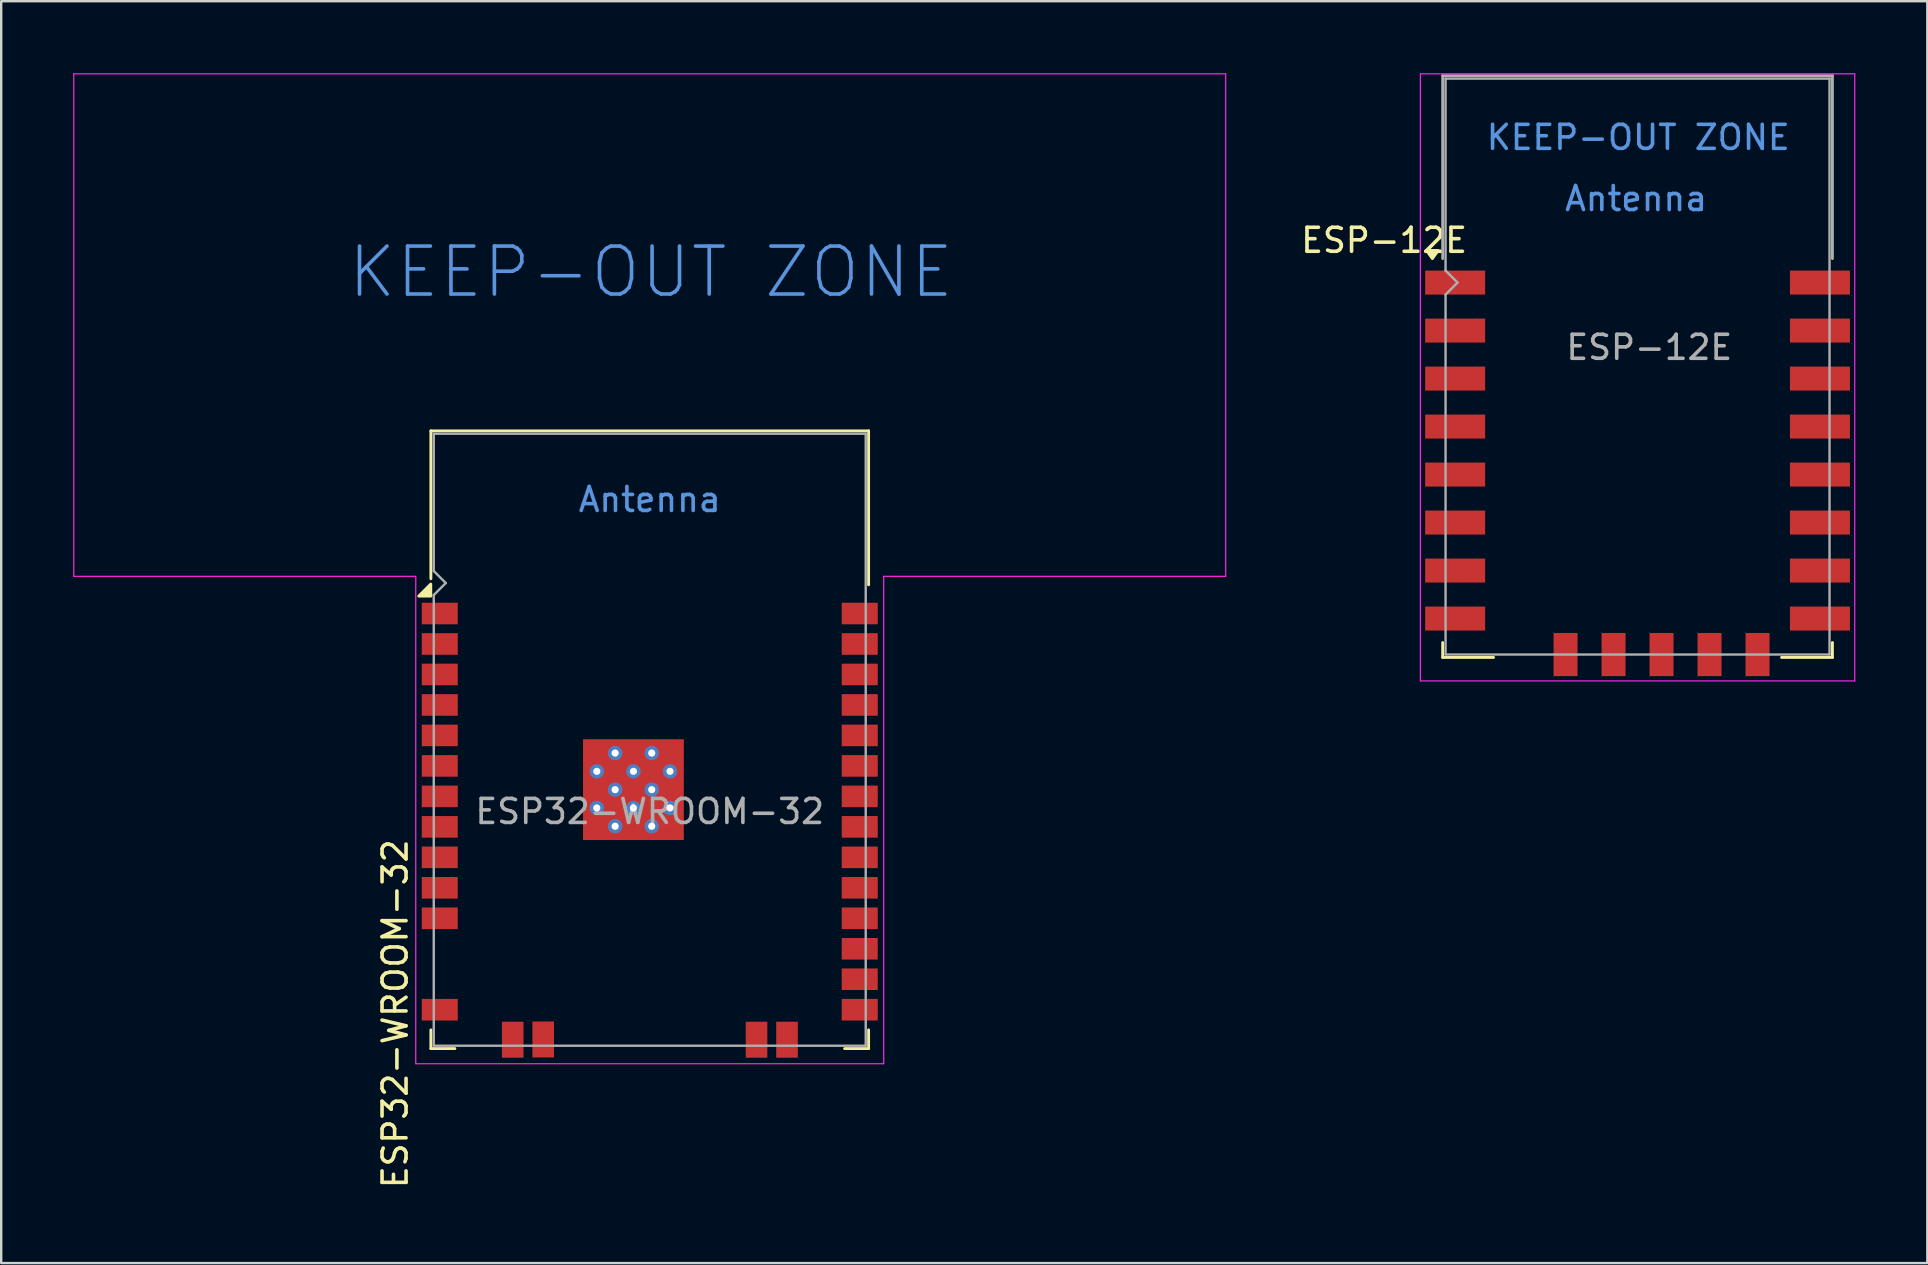
<source format=kicad_pcb>
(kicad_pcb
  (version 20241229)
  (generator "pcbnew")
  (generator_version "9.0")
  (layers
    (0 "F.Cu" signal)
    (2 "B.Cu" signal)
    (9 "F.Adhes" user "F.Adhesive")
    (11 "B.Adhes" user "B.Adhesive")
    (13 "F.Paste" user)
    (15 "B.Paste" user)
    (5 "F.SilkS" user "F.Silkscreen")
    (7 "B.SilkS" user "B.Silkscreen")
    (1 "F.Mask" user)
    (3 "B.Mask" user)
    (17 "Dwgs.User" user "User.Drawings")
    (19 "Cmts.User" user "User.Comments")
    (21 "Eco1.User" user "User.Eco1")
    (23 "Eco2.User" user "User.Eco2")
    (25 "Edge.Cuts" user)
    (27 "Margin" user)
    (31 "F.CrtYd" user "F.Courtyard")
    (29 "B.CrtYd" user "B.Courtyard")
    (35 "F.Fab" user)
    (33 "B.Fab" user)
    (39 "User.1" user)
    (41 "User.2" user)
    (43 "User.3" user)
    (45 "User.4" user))
  (footprint "ESP-12E"
    (layer "F.Cu")
    (at 65.187 12.225)
    (property "Reference" "ESP-12E" (at -10.56 -5.26 0) (layer "F.SilkS") (effects (font (size 1 1) (thickness 0.15))))
    (attr smd)
    (fp_line (start -8.12 12.12) (end -8.12 11.5) (stroke (width 0.12) (type solid)) (layer "F.SilkS"))
    (fp_line (start -6 12.12) (end -8.12 12.12) (stroke (width 0.12) (type solid)) (layer "F.SilkS"))
    (fp_line (start 8.12 11.5) (end 8.12 12.12) (stroke (width 0.12) (type solid)) (layer "F.SilkS"))
    (fp_line (start 8.12 12.12) (end 6 12.12) (stroke (width 0.12) (type solid)) (layer "F.SilkS"))
    (fp_poly (pts (xy -8.55 -4.5) (xy -8.79 -4.836) (xy -8.31 -4.836) (xy -8.55 -4.5)) (stroke (width 0.12) (type solid)) (fill yes) (layer "F.SilkS"))
    (fp_line (start -9.05 -12.2) (end 9.05 -12.2) (stroke (width 0.05) (type solid)) (layer "F.CrtYd"))
    (fp_line (start -9.05 13.1) (end -9.05 -12.2) (stroke (width 0.05) (type solid)) (layer "F.CrtYd"))
    (fp_line (start 9.05 -12.2) (end 9.05 13.1) (stroke (width 0.05) (type solid)) (layer "F.CrtYd"))
    (fp_line (start 9.05 13.1) (end -9.05 13.1) (stroke (width 0.05) (type solid)) (layer "F.CrtYd"))
    (fp_line (start -8.12 -12.12) (end 8.12 -12.12) (stroke (width 0.12) (type solid)) (layer "F.Fab"))
    (fp_line (start -8.12 -4.5) (end -8.12 -12.12) (stroke (width 0.12) (type solid)) (layer "F.Fab"))
    (fp_line (start -8 -12) (end 8 -12) (stroke (width 0.1) (type solid)) (layer "F.Fab"))
    (fp_line (start -8 -4) (end -8 -12) (stroke (width 0.1) (type solid)) (layer "F.Fab"))
    (fp_line (start -8 -3) (end -7.5 -3.5) (stroke (width 0.1) (type solid)) (layer "F.Fab"))
    (fp_line (start -8 12) (end -8 -3) (stroke (width 0.1) (type solid)) (layer "F.Fab"))
    (fp_line (start -7.5 -3.5) (end -8 -4) (stroke (width 0.1) (type solid)) (layer "F.Fab"))
    (fp_line (start 8 -12) (end 8 12) (stroke (width 0.1) (type solid)) (layer "F.Fab"))
    (fp_line (start 8 12) (end -8 12) (stroke (width 0.1) (type solid)) (layer "F.Fab"))
    (fp_line (start 8.12 -12.12) (end 8.12 -4.5) (stroke (width 0.12) (type solid)) (layer "F.Fab"))
    (fp_text user "KEEP-OUT ZONE" (at 0.03 -9.55 180) (layer "Cmts.User") (effects (font (size 1 1) (thickness 0.15))))
    (fp_text user "Antenna" (at -0.06 -7 180) (layer "Cmts.User") (effects (font (size 1 1) (thickness 0.15))))
    (fp_text user "${REFERENCE}" (at 0.49 -0.8 0) (layer "F.Fab") (effects (font (size 1 1) (thickness 0.15))))
    (pad "1" smd rect (at -7.6 -3.5) (size 2.5 1) (layers "F.Cu" "F.Mask" "F.Paste"))
    (pad "2" smd rect (at -7.6 -1.5) (size 2.5 1) (layers "F.Cu" "F.Mask" "F.Paste"))
    (pad "3" smd rect (at -7.6 0.5) (size 2.5 1) (layers "F.Cu" "F.Mask" "F.Paste"))
    (pad "4" smd rect (at -7.6 2.5) (size 2.5 1) (layers "F.Cu" "F.Mask" "F.Paste"))
    (pad "5" smd rect (at -7.6 4.5) (size 2.5 1) (layers "F.Cu" "F.Mask" "F.Paste"))
    (pad "6" smd rect (at -7.6 6.5) (size 2.5 1) (layers "F.Cu" "F.Mask" "F.Paste"))
    (pad "7" smd rect (at -7.6 8.5) (size 2.5 1) (layers "F.Cu" "F.Mask" "F.Paste"))
    (pad "8" smd rect (at -7.6 10.5) (size 2.5 1) (layers "F.Cu" "F.Mask" "F.Paste"))
    (pad "10" smd rect (at -3 12) (size 1 1.8) (layers "F.Cu" "F.Mask" "F.Paste"))
    (pad "11" smd rect (at -1 12) (size 1 1.8) (layers "F.Cu" "F.Mask" "F.Paste"))
    (pad "12" smd rect (at 1 12) (size 1 1.8) (layers "F.Cu" "F.Mask" "F.Paste"))
    (pad "13" smd rect (at 3 12) (size 1 1.8) (layers "F.Cu" "F.Mask" "F.Paste"))
    (pad "14" smd rect (at 5 12) (size 1 1.8) (layers "F.Cu" "F.Mask" "F.Paste"))
    (pad "15" smd rect (at 7.6 10.5) (size 2.5 1) (layers "F.Cu" "F.Mask" "F.Paste"))
    (pad "16" smd rect (at 7.6 8.5) (size 2.5 1) (layers "F.Cu" "F.Mask" "F.Paste"))
    (pad "17" smd rect (at 7.6 6.5) (size 2.5 1) (layers "F.Cu" "F.Mask" "F.Paste"))
    (pad "18" smd rect (at 7.6 4.5) (size 2.5 1) (layers "F.Cu" "F.Mask" "F.Paste"))
    (pad "19" smd rect (at 7.6 2.5) (size 2.5 1) (layers "F.Cu" "F.Mask" "F.Paste"))
    (pad "20" smd rect (at 7.6 0.5) (size 2.5 1) (layers "F.Cu" "F.Mask" "F.Paste"))
    (pad "21" smd rect (at 7.6 -1.5) (size 2.5 1) (layers "F.Cu" "F.Mask" "F.Paste"))
    (pad "22" smd rect (at 7.6 -3.5) (size 2.5 1) (layers "F.Cu" "F.Mask" "F.Paste"))
    (zone (net_name "") (layers "F.Cu" "B.Cu") (hatch full 0.508) (connect_pads) (min_thickness 0.254) (filled_areas_thickness no) (keepout (tracks not_allowed) (vias not_allowed) (pads not_allowed) (copperpour not_allowed) (footprints not_allowed)) (placement (enabled no)) (fill) (polygon (pts (xy 57.067 7.425) (xy 73.307 7.425) (xy 73.307 0.105) (xy 57.067 0.105)))))
  (footprint "ESP32-WROOM-32"
    (layer "F.Cu")
    (at 24.025 30.765)
    (property "Reference" "ESP32-WROOM-32" (at -10.61 8.43 90) (layer "F.SilkS") (effects (font (size 1 1) (thickness 0.15))))
    (attr smd)
    (fp_line (start -9.12 -15.86) (end -9.12 -9.7) (stroke (width 0.12) (type solid)) (layer "F.SilkS"))
    (fp_line (start -9.12 -15.86) (end 9.12 -15.86) (stroke (width 0.12) (type solid)) (layer "F.SilkS"))
    (fp_line (start -9.12 9.1) (end -9.12 9.88) (stroke (width 0.12) (type solid)) (layer "F.SilkS"))
    (fp_line (start -9.12 9.88) (end -8.12 9.88) (stroke (width 0.12) (type solid)) (layer "F.SilkS"))
    (fp_line (start 9.12 -15.86) (end 9.12 -9.445) (stroke (width 0.12) (type solid)) (layer "F.SilkS"))
    (fp_line (start 9.12 9.1) (end 9.12 9.88) (stroke (width 0.12) (type solid)) (layer "F.SilkS"))
    (fp_line (start 9.12 9.88) (end 8.12 9.88) (stroke (width 0.12) (type solid)) (layer "F.SilkS"))
    (fp_poly (pts (xy -9.125 -8.975) (xy -9.625 -8.975) (xy -9.125 -9.475) (xy -9.125 -8.975)) (stroke (width 0.12) (type solid)) (fill yes) (layer "F.SilkS"))
    (fp_line (start -24 -30.74) (end -24 -9.8) (stroke (width 0.05) (type solid)) (layer "F.CrtYd"))
    (fp_line (start -24 -9.8) (end -9.75 -9.8) (stroke (width 0.05) (type solid)) (layer "F.CrtYd"))
    (fp_line (start -9.75 10.51) (end -9.75 -9.8) (stroke (width 0.05) (type solid)) (layer "F.CrtYd"))
    (fp_line (start -9.75 10.51) (end 9.75 10.51) (stroke (width 0.05) (type solid)) (layer "F.CrtYd"))
    (fp_line (start 9.75 -9.8) (end 9.75 10.51) (stroke (width 0.05) (type solid)) (layer "F.CrtYd"))
    (fp_line (start 9.75 -9.8) (end 24 -9.8) (stroke (width 0.05) (type solid)) (layer "F.CrtYd"))
    (fp_line (start 24 -30.74) (end -24 -30.74) (stroke (width 0.05) (type solid)) (layer "F.CrtYd"))
    (fp_line (start 24 -9.8) (end 24 -30.74) (stroke (width 0.05) (type solid)) (layer "F.CrtYd"))
    (fp_line (start -9 -15.74) (end -9 -10.02) (stroke (width 0.1) (type solid)) (layer "F.Fab"))
    (fp_line (start -9 -15.74) (end 9 -15.74) (stroke (width 0.1) (type solid)) (layer "F.Fab"))
    (fp_line (start -9 -9.02) (end -9 9.76) (stroke (width 0.1) (type solid)) (layer "F.Fab"))
    (fp_line (start -9 -9.02) (end -8.5 -9.52) (stroke (width 0.1) (type solid)) (layer "F.Fab"))
    (fp_line (start -9 9.76) (end 9 9.76) (stroke (width 0.1) (type solid)) (layer "F.Fab"))
    (fp_line (start -8.5 -9.52) (end -9 -10.02) (stroke (width 0.1) (type solid)) (layer "F.Fab"))
    (fp_line (start 9 9.76) (end 9 -15.74) (stroke (width 0.1) (type solid)) (layer "F.Fab"))
    (fp_text user "KEEP-OUT ZONE" (at 0.05 -22.48 0) (layer "Cmts.User") (effects (font (size 2 2) (thickness 0.15))))
    (fp_text user "Antenna" (at 0 -13 0) (layer "Cmts.User") (effects (font (size 1 1) (thickness 0.15))))
    (fp_text user "${REFERENCE}" (at 0 0 0) (layer "F.Fab") (effects (font (size 1 1) (thickness 0.15))))
    (pad "1" smd rect (at -8.75 -8.25) (size 1.5 0.9) (layers "F.Cu" "F.Mask" "F.Paste"))
    (pad "2" smd rect (at -8.75 -6.98) (size 1.5 0.9) (layers "F.Cu" "F.Mask" "F.Paste"))
    (pad "3" smd rect (at -8.75 -5.71) (size 1.5 0.9) (layers "F.Cu" "F.Mask" "F.Paste"))
    (pad "4" smd rect (at -8.75 -4.44) (size 1.5 0.9) (layers "F.Cu" "F.Mask" "F.Paste"))
    (pad "5" smd rect (at -8.75 -3.17) (size 1.5 0.9) (layers "F.Cu" "F.Mask" "F.Paste"))
    (pad "6" smd rect (at -8.75 -1.9) (size 1.5 0.9) (layers "F.Cu" "F.Mask" "F.Paste"))
    (pad "7" smd rect (at -8.75 -0.63) (size 1.5 0.9) (layers "F.Cu" "F.Mask" "F.Paste"))
    (pad "8" smd rect (at -8.75 0.64) (size 1.5 0.9) (layers "F.Cu" "F.Mask" "F.Paste"))
    (pad "9" smd rect (at -8.75 1.91) (size 1.5 0.9) (layers "F.Cu" "F.Mask" "F.Paste"))
    (pad "10" smd rect (at -8.75 3.18) (size 1.5 0.9) (layers "F.Cu" "F.Mask" "F.Paste"))
    (pad "11" smd rect (at -8.75 4.45) (size 1.5 0.9) (layers "F.Cu" "F.Mask" "F.Paste"))
    (pad "14" smd rect (at -8.75 8.26) (size 1.5 0.9) (layers "F.Cu" "F.Mask" "F.Paste"))
    (pad "15" smd rect (at -5.71 9.51 90) (size 1.5 0.9) (layers "F.Cu" "F.Mask" "F.Paste"))
    (pad "16" smd rect (at -4.44 9.5 90) (size 1.5 0.9) (layers "F.Cu" "F.Mask" "F.Paste"))
    (pad "23" smd rect (at 4.45 9.51 90) (size 1.5 0.9) (layers "F.Cu" "F.Mask" "F.Paste"))
    (pad "24" smd rect (at 5.72 9.51 90) (size 1.5 0.9) (layers "F.Cu" "F.Mask" "F.Paste"))
    (pad "25" smd rect (at 8.75 8.26) (size 1.5 0.9) (layers "F.Cu" "F.Mask" "F.Paste"))
    (pad "26" smd rect (at 8.75 6.99) (size 1.5 0.9) (layers "F.Cu" "F.Mask" "F.Paste"))
    (pad "27" smd rect (at 8.75 5.72) (size 1.5 0.9) (layers "F.Cu" "F.Mask" "F.Paste"))
    (pad "28" smd rect (at 8.75 4.45) (size 1.5 0.9) (layers "F.Cu" "F.Mask" "F.Paste"))
    (pad "29" smd rect (at 8.75 3.18) (size 1.5 0.9) (layers "F.Cu" "F.Mask" "F.Paste"))
    (pad "30" smd rect (at 8.75 1.91) (size 1.5 0.9) (layers "F.Cu" "F.Mask" "F.Paste"))
    (pad "31" smd rect (at 8.75 0.64) (size 1.5 0.9) (layers "F.Cu" "F.Mask" "F.Paste"))
    (pad "32" smd rect (at 8.75 -0.63) (size 1.5 0.9) (layers "F.Cu" "F.Mask" "F.Paste"))
    (pad "33" smd rect (at 8.75 -1.9) (size 1.5 0.9) (layers "F.Cu" "F.Mask" "F.Paste"))
    (pad "34" smd rect (at 8.75 -3.17) (size 1.5 0.9) (layers "F.Cu" "F.Mask" "F.Paste"))
    (pad "35" smd rect (at 8.75 -4.44) (size 1.5 0.9) (layers "F.Cu" "F.Mask" "F.Paste"))
    (pad "36" smd rect (at 8.75 -5.71) (size 1.5 0.9) (layers "F.Cu" "F.Mask" "F.Paste"))
    (pad "37" smd rect (at 8.75 -6.98) (size 1.5 0.9) (layers "F.Cu" "F.Mask" "F.Paste"))
    (pad "38" smd rect (at 8.75 -8.25) (size 1.5 0.9) (layers "F.Cu" "F.Mask" "F.Paste"))
    (pad "39" smd rect (at -2.205 -2.435) (size 1.05 1.05) (layers "F.Cu" "F.Paste"))
    (pad "39" thru_hole circle (at -2.205 -1.673) (size 0.6 0.6) (drill 0.3) (property pad_prop_heatsink) (layers "*.Cu" "F.Mask"))
    (pad "39" smd rect (at -2.205 -0.91) (size 1.05 1.05) (layers "F.Cu" "F.Paste"))
    (pad "39" thru_hole circle (at -2.205 -0.147) (size 0.6 0.6) (drill 0.3) (property pad_prop_heatsink) (layers "*.Cu" "F.Mask"))
    (pad "39" smd rect (at -2.205 0.615) (size 1.05 1.05) (layers "F.Cu" "F.Paste"))
    (pad "39" thru_hole circle (at -1.442 -2.435) (size 0.6 0.6) (drill 0.3) (property pad_prop_heatsink) (layers "*.Cu" "F.Mask"))
    (pad "39" thru_hole circle (at -1.442 -0.91) (size 0.6 0.6) (drill 0.3) (property pad_prop_heatsink) (layers "*.Cu" "F.Mask"))
    (pad "39" thru_hole circle (at -1.442 0.615) (size 0.6 0.6) (drill 0.3) (property pad_prop_heatsink) (layers "*.Cu" "F.Mask"))
    (pad "39" smd rect (at -0.68 -2.435) (size 1.05 1.05) (layers "F.Cu" "F.Paste"))
    (pad "39" thru_hole circle (at -0.68 -1.673) (size 0.6 0.6) (drill 0.3) (property pad_prop_heatsink) (layers "*.Cu" "F.Mask"))
    (pad "39" smd rect (at -0.68 -0.91) (size 1.05 1.05) (layers "F.Cu" "F.Paste"))
    (pad "39" smd rect (at -0.68 -0.91) (size 4.2 4.2) (property pad_prop_heatsink) (layers "F.Cu" "F.Mask"))
    (pad "39" thru_hole circle (at -0.68 -0.147) (size 0.6 0.6) (drill 0.3) (property pad_prop_heatsink) (layers "*.Cu" "F.Mask"))
    (pad "39" smd rect (at -0.68 0.615) (size 1.05 1.05) (layers "F.Cu" "F.Paste"))
    (pad "39" thru_hole circle (at 0.083 -2.435) (size 0.6 0.6) (drill 0.3) (property pad_prop_heatsink) (layers "*.Cu" "F.Mask"))
    (pad "39" thru_hole circle (at 0.083 -0.91) (size 0.6 0.6) (drill 0.3) (property pad_prop_heatsink) (layers "*.Cu" "F.Mask"))
    (pad "39" thru_hole circle (at 0.083 0.615) (size 0.6 0.6) (drill 0.3) (property pad_prop_heatsink) (layers "*.Cu" "F.Mask"))
    (pad "39" smd rect (at 0.845 -2.435) (size 1.05 1.05) (layers "F.Cu" "F.Paste"))
    (pad "39" thru_hole circle (at 0.845 -1.673) (size 0.6 0.6) (drill 0.3) (property pad_prop_heatsink) (layers "*.Cu" "F.Mask"))
    (pad "39" smd rect (at 0.845 -0.91) (size 1.05 1.05) (layers "F.Cu" "F.Paste"))
    (pad "39" thru_hole circle (at 0.845 -0.147) (size 0.6 0.6) (drill 0.3) (property pad_prop_heatsink) (layers "*.Cu" "F.Mask"))
    (pad "39" smd rect (at 0.845 0.615) (size 1.05 1.05) (layers "F.Cu" "F.Paste"))
    (zone (net_name "") (layers "F.Cu" "B.Cu") (hatch full 0.508) (connect_pads) (min_thickness 0.254) (filled_areas_thickness no) (keepout (tracks not_allowed) (vias not_allowed) (pads not_allowed) (copperpour not_allowed) (footprints not_allowed)) (placement (enabled no)) (fill) (polygon (pts (xy 0.025 20.965) (xy 48.025 20.965) (xy 48.025 0.025) (xy 0.025 0.025)))))
  (gr_rect
    (start -3 -3)
    (end 77.262 49.582)
    (stroke (width 0.1) (type default))
    (fill no)
    (layer "Edge.Cuts")))
</source>
